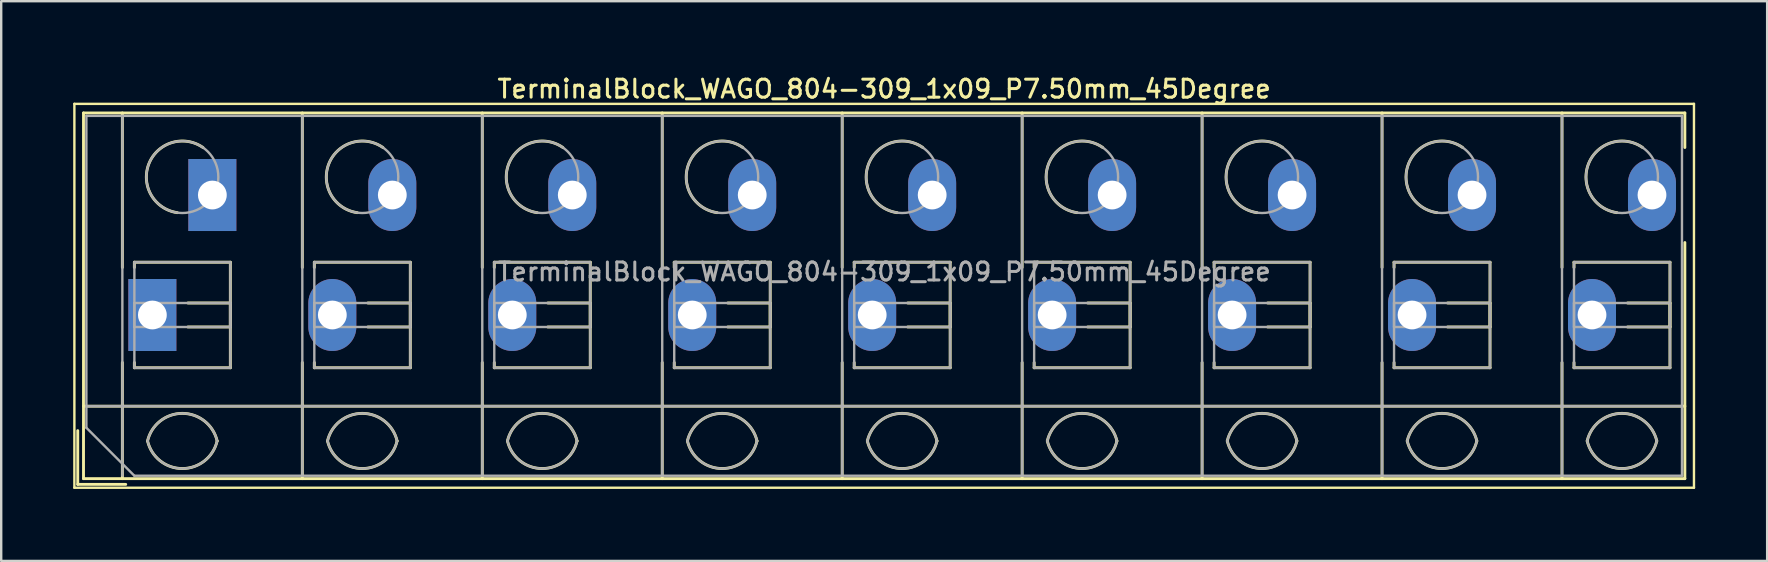
<source format=kicad_pcb>
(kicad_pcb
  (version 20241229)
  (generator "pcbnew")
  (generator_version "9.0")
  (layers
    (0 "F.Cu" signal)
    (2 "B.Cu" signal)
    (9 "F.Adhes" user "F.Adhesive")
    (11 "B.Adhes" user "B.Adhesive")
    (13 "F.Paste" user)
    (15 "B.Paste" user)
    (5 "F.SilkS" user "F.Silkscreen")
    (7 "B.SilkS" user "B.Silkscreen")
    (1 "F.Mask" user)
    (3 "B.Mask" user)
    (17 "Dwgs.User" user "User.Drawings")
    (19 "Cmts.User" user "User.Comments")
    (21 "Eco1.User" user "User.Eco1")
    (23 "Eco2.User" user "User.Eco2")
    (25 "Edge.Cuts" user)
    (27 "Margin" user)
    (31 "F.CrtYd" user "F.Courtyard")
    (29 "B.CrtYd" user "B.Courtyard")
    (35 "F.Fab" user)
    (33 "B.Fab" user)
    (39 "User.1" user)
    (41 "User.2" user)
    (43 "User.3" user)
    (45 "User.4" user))
  (footprint "TerminalBlock_WAGO_804-309_1x09_P7.50mm_45Degree"
    (layer "F.Cu")
    (at 3.3 10.078)
    (property "Reference" "TerminalBlock_WAGO_804-309_1x09_P7.50mm_45Degree" (at 30.5 -9.42 0) (layer "F.SilkS") (effects (font (size 0.75 0.75) (thickness 0.125))))
    (attr through_hole)
    (fp_line (start -3.25 -8.8) (end -3.25 7.2) (stroke (width 0.1) (type solid)) (layer "F.SilkS"))
    (fp_line (start -3.25 7.2) (end 64.25 7.2) (stroke (width 0.1) (type solid)) (layer "F.SilkS"))
    (fp_line (start -3.11 4.82) (end -3.11 7.06) (stroke (width 0.12) (type solid)) (layer "F.SilkS"))
    (fp_line (start -3.11 7.06) (end -1.11 7.06) (stroke (width 0.12) (type solid)) (layer "F.SilkS"))
    (fp_line (start -2.87 -8.42) (end -2.87 6.82) (stroke (width 0.12) (type solid)) (layer "F.SilkS"))
    (fp_line (start -2.87 -8.42) (end 63.87 -8.42) (stroke (width 0.12) (type solid)) (layer "F.SilkS"))
    (fp_line (start -2.87 3.8) (end 63.87 3.8) (stroke (width 0.12) (type solid)) (layer "F.SilkS"))
    (fp_line (start -2.87 6.82) (end 63.87 6.82) (stroke (width 0.12) (type solid)) (layer "F.SilkS"))
    (fp_line (start -1.25 -8.42) (end -1.25 -1.98) (stroke (width 0.12) (type solid)) (layer "F.SilkS"))
    (fp_line (start -1.25 1.98) (end -1.25 6.82) (stroke (width 0.12) (type solid)) (layer "F.SilkS"))
    (fp_line (start -0.75 -2.2) (end -0.75 -1.98) (stroke (width 0.12) (type solid)) (layer "F.SilkS"))
    (fp_line (start -0.75 -2.2) (end 3.25 -2.2) (stroke (width 0.12) (type solid)) (layer "F.SilkS"))
    (fp_line (start -0.75 1.98) (end -0.75 2.2) (stroke (width 0.12) (type solid)) (layer "F.SilkS"))
    (fp_line (start -0.75 2.2) (end 3.25 2.2) (stroke (width 0.12) (type solid)) (layer "F.SilkS"))
    (fp_line (start 1.48 -0.5) (end 3.25 -0.5) (stroke (width 0.12) (type solid)) (layer "F.SilkS"))
    (fp_line (start 1.48 0.5) (end 3.25 0.5) (stroke (width 0.12) (type solid)) (layer "F.SilkS"))
    (fp_line (start 3.25 -2.2) (end 3.25 2.2) (stroke (width 0.12) (type solid)) (layer "F.SilkS"))
    (fp_line (start 3.25 -0.5) (end 3.25 0.5) (stroke (width 0.12) (type solid)) (layer "F.SilkS"))
    (fp_line (start 6.25 -8.42) (end 6.25 -1.98) (stroke (width 0.12) (type solid)) (layer "F.SilkS"))
    (fp_line (start 6.25 1.98) (end 6.25 6.82) (stroke (width 0.12) (type solid)) (layer "F.SilkS"))
    (fp_line (start 6.75 -2.2) (end 6.75 -1.98) (stroke (width 0.12) (type solid)) (layer "F.SilkS"))
    (fp_line (start 6.75 -2.2) (end 10.75 -2.2) (stroke (width 0.12) (type solid)) (layer "F.SilkS"))
    (fp_line (start 6.75 1.98) (end 6.75 2.2) (stroke (width 0.12) (type solid)) (layer "F.SilkS"))
    (fp_line (start 6.75 2.2) (end 10.75 2.2) (stroke (width 0.12) (type solid)) (layer "F.SilkS"))
    (fp_line (start 8.98 -0.5) (end 10.75 -0.5) (stroke (width 0.12) (type solid)) (layer "F.SilkS"))
    (fp_line (start 8.98 0.5) (end 10.75 0.5) (stroke (width 0.12) (type solid)) (layer "F.SilkS"))
    (fp_line (start 10.75 -2.2) (end 10.75 2.2) (stroke (width 0.12) (type solid)) (layer "F.SilkS"))
    (fp_line (start 10.75 -0.5) (end 10.75 0.5) (stroke (width 0.12) (type solid)) (layer "F.SilkS"))
    (fp_line (start 13.75 -8.42) (end 13.75 -1.98) (stroke (width 0.12) (type solid)) (layer "F.SilkS"))
    (fp_line (start 13.75 1.98) (end 13.75 6.82) (stroke (width 0.12) (type solid)) (layer "F.SilkS"))
    (fp_line (start 14.25 -2.2) (end 14.25 -1.98) (stroke (width 0.12) (type solid)) (layer "F.SilkS"))
    (fp_line (start 14.25 -2.2) (end 18.25 -2.2) (stroke (width 0.12) (type solid)) (layer "F.SilkS"))
    (fp_line (start 14.25 1.98) (end 14.25 2.2) (stroke (width 0.12) (type solid)) (layer "F.SilkS"))
    (fp_line (start 14.25 2.2) (end 18.25 2.2) (stroke (width 0.12) (type solid)) (layer "F.SilkS"))
    (fp_line (start 16.48 -0.5) (end 18.25 -0.5) (stroke (width 0.12) (type solid)) (layer "F.SilkS"))
    (fp_line (start 16.48 0.5) (end 18.25 0.5) (stroke (width 0.12) (type solid)) (layer "F.SilkS"))
    (fp_line (start 18.25 -2.2) (end 18.25 2.2) (stroke (width 0.12) (type solid)) (layer "F.SilkS"))
    (fp_line (start 18.25 -0.5) (end 18.25 0.5) (stroke (width 0.12) (type solid)) (layer "F.SilkS"))
    (fp_line (start 21.25 -8.42) (end 21.25 -1.98) (stroke (width 0.12) (type solid)) (layer "F.SilkS"))
    (fp_line (start 21.25 1.98) (end 21.25 6.82) (stroke (width 0.12) (type solid)) (layer "F.SilkS"))
    (fp_line (start 21.75 -2.2) (end 21.75 -1.98) (stroke (width 0.12) (type solid)) (layer "F.SilkS"))
    (fp_line (start 21.75 -2.2) (end 25.75 -2.2) (stroke (width 0.12) (type solid)) (layer "F.SilkS"))
    (fp_line (start 21.75 1.98) (end 21.75 2.2) (stroke (width 0.12) (type solid)) (layer "F.SilkS"))
    (fp_line (start 21.75 2.2) (end 25.75 2.2) (stroke (width 0.12) (type solid)) (layer "F.SilkS"))
    (fp_line (start 23.98 -0.5) (end 25.75 -0.5) (stroke (width 0.12) (type solid)) (layer "F.SilkS"))
    (fp_line (start 23.98 0.5) (end 25.75 0.5) (stroke (width 0.12) (type solid)) (layer "F.SilkS"))
    (fp_line (start 25.75 -2.2) (end 25.75 2.2) (stroke (width 0.12) (type solid)) (layer "F.SilkS"))
    (fp_line (start 25.75 -0.5) (end 25.75 0.5) (stroke (width 0.12) (type solid)) (layer "F.SilkS"))
    (fp_line (start 28.75 -8.42) (end 28.75 -1.98) (stroke (width 0.12) (type solid)) (layer "F.SilkS"))
    (fp_line (start 28.75 1.98) (end 28.75 6.82) (stroke (width 0.12) (type solid)) (layer "F.SilkS"))
    (fp_line (start 29.25 -2.2) (end 29.25 -1.98) (stroke (width 0.12) (type solid)) (layer "F.SilkS"))
    (fp_line (start 29.25 -2.2) (end 33.25 -2.2) (stroke (width 0.12) (type solid)) (layer "F.SilkS"))
    (fp_line (start 29.25 1.98) (end 29.25 2.2) (stroke (width 0.12) (type solid)) (layer "F.SilkS"))
    (fp_line (start 29.25 2.2) (end 33.25 2.2) (stroke (width 0.12) (type solid)) (layer "F.SilkS"))
    (fp_line (start 31.48 -0.5) (end 33.25 -0.5) (stroke (width 0.12) (type solid)) (layer "F.SilkS"))
    (fp_line (start 31.48 0.5) (end 33.25 0.5) (stroke (width 0.12) (type solid)) (layer "F.SilkS"))
    (fp_line (start 33.25 -2.2) (end 33.25 2.2) (stroke (width 0.12) (type solid)) (layer "F.SilkS"))
    (fp_line (start 33.25 -0.5) (end 33.25 0.5) (stroke (width 0.12) (type solid)) (layer "F.SilkS"))
    (fp_line (start 36.25 -8.42) (end 36.25 -1.98) (stroke (width 0.12) (type solid)) (layer "F.SilkS"))
    (fp_line (start 36.25 1.98) (end 36.25 6.82) (stroke (width 0.12) (type solid)) (layer "F.SilkS"))
    (fp_line (start 36.75 -2.2) (end 36.75 -1.98) (stroke (width 0.12) (type solid)) (layer "F.SilkS"))
    (fp_line (start 36.75 -2.2) (end 40.75 -2.2) (stroke (width 0.12) (type solid)) (layer "F.SilkS"))
    (fp_line (start 36.75 1.98) (end 36.75 2.2) (stroke (width 0.12) (type solid)) (layer "F.SilkS"))
    (fp_line (start 36.75 2.2) (end 40.75 2.2) (stroke (width 0.12) (type solid)) (layer "F.SilkS"))
    (fp_line (start 38.98 -0.5) (end 40.75 -0.5) (stroke (width 0.12) (type solid)) (layer "F.SilkS"))
    (fp_line (start 38.98 0.5) (end 40.75 0.5) (stroke (width 0.12) (type solid)) (layer "F.SilkS"))
    (fp_line (start 40.75 -2.2) (end 40.75 2.2) (stroke (width 0.12) (type solid)) (layer "F.SilkS"))
    (fp_line (start 40.75 -0.5) (end 40.75 0.5) (stroke (width 0.12) (type solid)) (layer "F.SilkS"))
    (fp_line (start 43.75 -8.42) (end 43.75 -1.98) (stroke (width 0.12) (type solid)) (layer "F.SilkS"))
    (fp_line (start 43.75 1.98) (end 43.75 6.82) (stroke (width 0.12) (type solid)) (layer "F.SilkS"))
    (fp_line (start 44.25 -2.2) (end 44.25 -1.98) (stroke (width 0.12) (type solid)) (layer "F.SilkS"))
    (fp_line (start 44.25 -2.2) (end 48.25 -2.2) (stroke (width 0.12) (type solid)) (layer "F.SilkS"))
    (fp_line (start 44.25 1.98) (end 44.25 2.2) (stroke (width 0.12) (type solid)) (layer "F.SilkS"))
    (fp_line (start 44.25 2.2) (end 48.25 2.2) (stroke (width 0.12) (type solid)) (layer "F.SilkS"))
    (fp_line (start 46.48 -0.5) (end 48.25 -0.5) (stroke (width 0.12) (type solid)) (layer "F.SilkS"))
    (fp_line (start 46.48 0.5) (end 48.25 0.5) (stroke (width 0.12) (type solid)) (layer "F.SilkS"))
    (fp_line (start 48.25 -2.2) (end 48.25 2.2) (stroke (width 0.12) (type solid)) (layer "F.SilkS"))
    (fp_line (start 48.25 -0.5) (end 48.25 0.5) (stroke (width 0.12) (type solid)) (layer "F.SilkS"))
    (fp_line (start 51.25 -8.42) (end 51.25 -1.98) (stroke (width 0.12) (type solid)) (layer "F.SilkS"))
    (fp_line (start 51.25 1.98) (end 51.25 6.82) (stroke (width 0.12) (type solid)) (layer "F.SilkS"))
    (fp_line (start 51.75 -2.2) (end 51.75 -1.98) (stroke (width 0.12) (type solid)) (layer "F.SilkS"))
    (fp_line (start 51.75 -2.2) (end 55.75 -2.2) (stroke (width 0.12) (type solid)) (layer "F.SilkS"))
    (fp_line (start 51.75 1.98) (end 51.75 2.2) (stroke (width 0.12) (type solid)) (layer "F.SilkS"))
    (fp_line (start 51.75 2.2) (end 55.75 2.2) (stroke (width 0.12) (type solid)) (layer "F.SilkS"))
    (fp_line (start 53.98 -0.5) (end 55.75 -0.5) (stroke (width 0.12) (type solid)) (layer "F.SilkS"))
    (fp_line (start 53.98 0.5) (end 55.75 0.5) (stroke (width 0.12) (type solid)) (layer "F.SilkS"))
    (fp_line (start 55.75 -2.2) (end 55.75 2.2) (stroke (width 0.12) (type solid)) (layer "F.SilkS"))
    (fp_line (start 55.75 -0.5) (end 55.75 0.5) (stroke (width 0.12) (type solid)) (layer "F.SilkS"))
    (fp_line (start 58.75 -8.42) (end 58.75 -1.98) (stroke (width 0.12) (type solid)) (layer "F.SilkS"))
    (fp_line (start 58.75 1.98) (end 58.75 6.82) (stroke (width 0.12) (type solid)) (layer "F.SilkS"))
    (fp_line (start 59.25 -2.2) (end 59.25 -1.98) (stroke (width 0.12) (type solid)) (layer "F.SilkS"))
    (fp_line (start 59.25 -2.2) (end 63.25 -2.2) (stroke (width 0.12) (type solid)) (layer "F.SilkS"))
    (fp_line (start 59.25 1.98) (end 59.25 2.2) (stroke (width 0.12) (type solid)) (layer "F.SilkS"))
    (fp_line (start 59.25 2.2) (end 63.25 2.2) (stroke (width 0.12) (type solid)) (layer "F.SilkS"))
    (fp_line (start 61.48 -0.5) (end 63.25 -0.5) (stroke (width 0.12) (type solid)) (layer "F.SilkS"))
    (fp_line (start 61.48 0.5) (end 63.25 0.5) (stroke (width 0.12) (type solid)) (layer "F.SilkS"))
    (fp_line (start 63.25 -2.2) (end 63.25 2.2) (stroke (width 0.12) (type solid)) (layer "F.SilkS"))
    (fp_line (start 63.25 -0.5) (end 63.25 0.5) (stroke (width 0.12) (type solid)) (layer "F.SilkS"))
    (fp_line (start 63.87 -8.42) (end 63.87 -6.98) (stroke (width 0.12) (type solid)) (layer "F.SilkS"))
    (fp_line (start 63.87 -3.02) (end 63.87 6.82) (stroke (width 0.12) (type solid)) (layer "F.SilkS"))
    (fp_line (start 64.25 -8.8) (end -3.25 -8.8) (stroke (width 0.1) (type solid)) (layer "F.SilkS"))
    (fp_line (start 64.25 7.2) (end 64.25 -8.8) (stroke (width 0.1) (type solid)) (layer "F.SilkS"))
    (fp_arc (start -0.200865 5.250424) (mid 1.250296 4.099926) (end 2.701 5.251) (stroke (width 0.12) (type solid)) (layer "F.SilkS"))
    (fp_arc (start 1.040798 -4.264067) (mid -0.146039 -6.300306) (end 2.111 -6.979) (stroke (width 0.12) (type solid)) (layer "F.SilkS"))
    (fp_arc (start 2.7 5.25) (mid 1.250068 6.400101) (end -0.199969 5.250133) (stroke (width 0.12) (type solid)) (layer "F.SilkS"))
    (fp_arc (start 7.299135 5.250424) (mid 8.750296 4.099926) (end 10.201 5.251) (stroke (width 0.12) (type solid)) (layer "F.SilkS"))
    (fp_arc (start 8.540798 -4.264067) (mid 7.353961 -6.300306) (end 9.611 -6.979) (stroke (width 0.12) (type solid)) (layer "F.SilkS"))
    (fp_arc (start 10.2 5.25) (mid 8.750068 6.400101) (end 7.300031 5.250133) (stroke (width 0.12) (type solid)) (layer "F.SilkS"))
    (fp_arc (start 14.799135 5.250424) (mid 16.250296 4.099926) (end 17.701 5.251) (stroke (width 0.12) (type solid)) (layer "F.SilkS"))
    (fp_arc (start 16.040798 -4.264067) (mid 14.853961 -6.300306) (end 17.111 -6.979) (stroke (width 0.12) (type solid)) (layer "F.SilkS"))
    (fp_arc (start 17.7 5.25) (mid 16.250068 6.400101) (end 14.800031 5.250133) (stroke (width 0.12) (type solid)) (layer "F.SilkS"))
    (fp_arc (start 22.299135 5.250424) (mid 23.750296 4.099926) (end 25.201 5.251) (stroke (width 0.12) (type solid)) (layer "F.SilkS"))
    (fp_arc (start 23.540798 -4.264067) (mid 22.353961 -6.300306) (end 24.611 -6.979) (stroke (width 0.12) (type solid)) (layer "F.SilkS"))
    (fp_arc (start 25.2 5.25) (mid 23.750068 6.400101) (end 22.300031 5.250133) (stroke (width 0.12) (type solid)) (layer "F.SilkS"))
    (fp_arc (start 29.799135 5.250424) (mid 31.250296 4.099926) (end 32.701 5.251) (stroke (width 0.12) (type solid)) (layer "F.SilkS"))
    (fp_arc (start 31.040798 -4.264067) (mid 29.853961 -6.300306) (end 32.111 -6.979) (stroke (width 0.12) (type solid)) (layer "F.SilkS"))
    (fp_arc (start 32.701 5.25) (mid 31.250296 6.401074) (end 29.799135 5.250576) (stroke (width 0.12) (type solid)) (layer "F.SilkS"))
    (fp_arc (start 37.299135 5.250424) (mid 38.750296 4.099926) (end 40.201 5.251) (stroke (width 0.12) (type solid)) (layer "F.SilkS"))
    (fp_arc (start 38.540798 -4.264067) (mid 37.353961 -6.300306) (end 39.611 -6.979) (stroke (width 0.12) (type solid)) (layer "F.SilkS"))
    (fp_arc (start 40.2 5.25) (mid 38.750068 6.400101) (end 37.300031 5.250133) (stroke (width 0.12) (type solid)) (layer "F.SilkS"))
    (fp_arc (start 44.799135 5.250424) (mid 46.250296 4.099926) (end 47.701 5.251) (stroke (width 0.12) (type solid)) (layer "F.SilkS"))
    (fp_arc (start 46.040798 -4.264067) (mid 44.853961 -6.300306) (end 47.111 -6.979) (stroke (width 0.12) (type solid)) (layer "F.SilkS"))
    (fp_arc (start 47.7 5.25) (mid 46.250068 6.400101) (end 44.800031 5.250133) (stroke (width 0.12) (type solid)) (layer "F.SilkS"))
    (fp_arc (start 52.299135 5.250424) (mid 53.750296 4.099926) (end 55.201 5.251) (stroke (width 0.12) (type solid)) (layer "F.SilkS"))
    (fp_arc (start 53.540798 -4.264067) (mid 52.353961 -6.300306) (end 54.611 -6.979) (stroke (width 0.12) (type solid)) (layer "F.SilkS"))
    (fp_arc (start 55.2 5.25) (mid 53.750068 6.400101) (end 52.300031 5.250133) (stroke (width 0.12) (type solid)) (layer "F.SilkS"))
    (fp_arc (start 59.799135 5.250424) (mid 61.250296 4.099926) (end 62.701 5.251) (stroke (width 0.12) (type solid)) (layer "F.SilkS"))
    (fp_arc (start 61.040798 -4.264067) (mid 59.853961 -6.300306) (end 62.111 -6.979) (stroke (width 0.12) (type solid)) (layer "F.SilkS"))
    (fp_arc (start 62.7 5.25) (mid 61.250068 6.400101) (end 59.800031 5.250133) (stroke (width 0.12) (type solid)) (layer "F.SilkS"))
    (fp_line (start -2.75 -8.3) (end 63.75 -8.3) (stroke (width 0.1) (type solid)) (layer "F.Fab"))
    (fp_line (start -2.75 3.8) (end 63.75 3.8) (stroke (width 0.1) (type solid)) (layer "F.Fab"))
    (fp_line (start -2.75 4.7) (end -2.75 -8.3) (stroke (width 0.1) (type solid)) (layer "F.Fab"))
    (fp_line (start -1.25 -8.3) (end -1.25 6.7) (stroke (width 0.1) (type solid)) (layer "F.Fab"))
    (fp_line (start -0.75 -2.2) (end -0.75 2.2) (stroke (width 0.1) (type solid)) (layer "F.Fab"))
    (fp_line (start -0.75 -0.5) (end -0.75 0.5) (stroke (width 0.1) (type solid)) (layer "F.Fab"))
    (fp_line (start -0.75 0.5) (end 3.25 0.5) (stroke (width 0.1) (type solid)) (layer "F.Fab"))
    (fp_line (start -0.75 2.2) (end 3.25 2.2) (stroke (width 0.1) (type solid)) (layer "F.Fab"))
    (fp_line (start -0.75 6.7) (end -2.75 4.7) (stroke (width 0.1) (type solid)) (layer "F.Fab"))
    (fp_line (start 3.25 -2.2) (end -0.75 -2.2) (stroke (width 0.1) (type solid)) (layer "F.Fab"))
    (fp_line (start 3.25 -0.5) (end -0.75 -0.5) (stroke (width 0.1) (type solid)) (layer "F.Fab"))
    (fp_line (start 3.25 0.5) (end 3.25 -0.5) (stroke (width 0.1) (type solid)) (layer "F.Fab"))
    (fp_line (start 3.25 2.2) (end 3.25 -2.2) (stroke (width 0.1) (type solid)) (layer "F.Fab"))
    (fp_line (start 6.25 -8.3) (end 6.25 6.7) (stroke (width 0.1) (type solid)) (layer "F.Fab"))
    (fp_line (start 6.75 -2.2) (end 6.75 2.2) (stroke (width 0.1) (type solid)) (layer "F.Fab"))
    (fp_line (start 6.75 -0.5) (end 6.75 0.5) (stroke (width 0.1) (type solid)) (layer "F.Fab"))
    (fp_line (start 6.75 0.5) (end 10.75 0.5) (stroke (width 0.1) (type solid)) (layer "F.Fab"))
    (fp_line (start 6.75 2.2) (end 10.75 2.2) (stroke (width 0.1) (type solid)) (layer "F.Fab"))
    (fp_line (start 10.75 -2.2) (end 6.75 -2.2) (stroke (width 0.1) (type solid)) (layer "F.Fab"))
    (fp_line (start 10.75 -0.5) (end 6.75 -0.5) (stroke (width 0.1) (type solid)) (layer "F.Fab"))
    (fp_line (start 10.75 0.5) (end 10.75 -0.5) (stroke (width 0.1) (type solid)) (layer "F.Fab"))
    (fp_line (start 10.75 2.2) (end 10.75 -2.2) (stroke (width 0.1) (type solid)) (layer "F.Fab"))
    (fp_line (start 13.75 -8.3) (end 13.75 6.7) (stroke (width 0.1) (type solid)) (layer "F.Fab"))
    (fp_line (start 14.25 -2.2) (end 14.25 2.2) (stroke (width 0.1) (type solid)) (layer "F.Fab"))
    (fp_line (start 14.25 -0.5) (end 14.25 0.5) (stroke (width 0.1) (type solid)) (layer "F.Fab"))
    (fp_line (start 14.25 0.5) (end 18.25 0.5) (stroke (width 0.1) (type solid)) (layer "F.Fab"))
    (fp_line (start 14.25 2.2) (end 18.25 2.2) (stroke (width 0.1) (type solid)) (layer "F.Fab"))
    (fp_line (start 18.25 -2.2) (end 14.25 -2.2) (stroke (width 0.1) (type solid)) (layer "F.Fab"))
    (fp_line (start 18.25 -0.5) (end 14.25 -0.5) (stroke (width 0.1) (type solid)) (layer "F.Fab"))
    (fp_line (start 18.25 0.5) (end 18.25 -0.5) (stroke (width 0.1) (type solid)) (layer "F.Fab"))
    (fp_line (start 18.25 2.2) (end 18.25 -2.2) (stroke (width 0.1) (type solid)) (layer "F.Fab"))
    (fp_line (start 21.25 -8.3) (end 21.25 6.7) (stroke (width 0.1) (type solid)) (layer "F.Fab"))
    (fp_line (start 21.75 -2.2) (end 21.75 2.2) (stroke (width 0.1) (type solid)) (layer "F.Fab"))
    (fp_line (start 21.75 -0.5) (end 21.75 0.5) (stroke (width 0.1) (type solid)) (layer "F.Fab"))
    (fp_line (start 21.75 0.5) (end 25.75 0.5) (stroke (width 0.1) (type solid)) (layer "F.Fab"))
    (fp_line (start 21.75 2.2) (end 25.75 2.2) (stroke (width 0.1) (type solid)) (layer "F.Fab"))
    (fp_line (start 25.75 -2.2) (end 21.75 -2.2) (stroke (width 0.1) (type solid)) (layer "F.Fab"))
    (fp_line (start 25.75 -0.5) (end 21.75 -0.5) (stroke (width 0.1) (type solid)) (layer "F.Fab"))
    (fp_line (start 25.75 0.5) (end 25.75 -0.5) (stroke (width 0.1) (type solid)) (layer "F.Fab"))
    (fp_line (start 25.75 2.2) (end 25.75 -2.2) (stroke (width 0.1) (type solid)) (layer "F.Fab"))
    (fp_line (start 28.75 -8.3) (end 28.75 6.7) (stroke (width 0.1) (type solid)) (layer "F.Fab"))
    (fp_line (start 29.25 -2.2) (end 29.25 2.2) (stroke (width 0.1) (type solid)) (layer "F.Fab"))
    (fp_line (start 29.25 -0.5) (end 29.25 0.5) (stroke (width 0.1) (type solid)) (layer "F.Fab"))
    (fp_line (start 29.25 0.5) (end 33.25 0.5) (stroke (width 0.1) (type solid)) (layer "F.Fab"))
    (fp_line (start 29.25 2.2) (end 33.25 2.2) (stroke (width 0.1) (type solid)) (layer "F.Fab"))
    (fp_line (start 33.25 -2.2) (end 29.25 -2.2) (stroke (width 0.1) (type solid)) (layer "F.Fab"))
    (fp_line (start 33.25 -0.5) (end 29.25 -0.5) (stroke (width 0.1) (type solid)) (layer "F.Fab"))
    (fp_line (start 33.25 0.5) (end 33.25 -0.5) (stroke (width 0.1) (type solid)) (layer "F.Fab"))
    (fp_line (start 33.25 2.2) (end 33.25 -2.2) (stroke (width 0.1) (type solid)) (layer "F.Fab"))
    (fp_line (start 36.25 -8.3) (end 36.25 6.7) (stroke (width 0.1) (type solid)) (layer "F.Fab"))
    (fp_line (start 36.75 -2.2) (end 36.75 2.2) (stroke (width 0.1) (type solid)) (layer "F.Fab"))
    (fp_line (start 36.75 -0.5) (end 36.75 0.5) (stroke (width 0.1) (type solid)) (layer "F.Fab"))
    (fp_line (start 36.75 0.5) (end 40.75 0.5) (stroke (width 0.1) (type solid)) (layer "F.Fab"))
    (fp_line (start 36.75 2.2) (end 40.75 2.2) (stroke (width 0.1) (type solid)) (layer "F.Fab"))
    (fp_line (start 40.75 -2.2) (end 36.75 -2.2) (stroke (width 0.1) (type solid)) (layer "F.Fab"))
    (fp_line (start 40.75 -0.5) (end 36.75 -0.5) (stroke (width 0.1) (type solid)) (layer "F.Fab"))
    (fp_line (start 40.75 0.5) (end 40.75 -0.5) (stroke (width 0.1) (type solid)) (layer "F.Fab"))
    (fp_line (start 40.75 2.2) (end 40.75 -2.2) (stroke (width 0.1) (type solid)) (layer "F.Fab"))
    (fp_line (start 43.75 -8.3) (end 43.75 6.7) (stroke (width 0.1) (type solid)) (layer "F.Fab"))
    (fp_line (start 44.25 -2.2) (end 44.25 2.2) (stroke (width 0.1) (type solid)) (layer "F.Fab"))
    (fp_line (start 44.25 -0.5) (end 44.25 0.5) (stroke (width 0.1) (type solid)) (layer "F.Fab"))
    (fp_line (start 44.25 0.5) (end 48.25 0.5) (stroke (width 0.1) (type solid)) (layer "F.Fab"))
    (fp_line (start 44.25 2.2) (end 48.25 2.2) (stroke (width 0.1) (type solid)) (layer "F.Fab"))
    (fp_line (start 48.25 -2.2) (end 44.25 -2.2) (stroke (width 0.1) (type solid)) (layer "F.Fab"))
    (fp_line (start 48.25 -0.5) (end 44.25 -0.5) (stroke (width 0.1) (type solid)) (layer "F.Fab"))
    (fp_line (start 48.25 0.5) (end 48.25 -0.5) (stroke (width 0.1) (type solid)) (layer "F.Fab"))
    (fp_line (start 48.25 2.2) (end 48.25 -2.2) (stroke (width 0.1) (type solid)) (layer "F.Fab"))
    (fp_line (start 51.25 -8.3) (end 51.25 6.7) (stroke (width 0.1) (type solid)) (layer "F.Fab"))
    (fp_line (start 51.75 -2.2) (end 51.75 2.2) (stroke (width 0.1) (type solid)) (layer "F.Fab"))
    (fp_line (start 51.75 -0.5) (end 51.75 0.5) (stroke (width 0.1) (type solid)) (layer "F.Fab"))
    (fp_line (start 51.75 0.5) (end 55.75 0.5) (stroke (width 0.1) (type solid)) (layer "F.Fab"))
    (fp_line (start 51.75 2.2) (end 55.75 2.2) (stroke (width 0.1) (type solid)) (layer "F.Fab"))
    (fp_line (start 55.75 -2.2) (end 51.75 -2.2) (stroke (width 0.1) (type solid)) (layer "F.Fab"))
    (fp_line (start 55.75 -0.5) (end 51.75 -0.5) (stroke (width 0.1) (type solid)) (layer "F.Fab"))
    (fp_line (start 55.75 0.5) (end 55.75 -0.5) (stroke (width 0.1) (type solid)) (layer "F.Fab"))
    (fp_line (start 55.75 2.2) (end 55.75 -2.2) (stroke (width 0.1) (type solid)) (layer "F.Fab"))
    (fp_line (start 58.75 -8.3) (end 58.75 6.7) (stroke (width 0.1) (type solid)) (layer "F.Fab"))
    (fp_line (start 59.25 -2.2) (end 59.25 2.2) (stroke (width 0.1) (type solid)) (layer "F.Fab"))
    (fp_line (start 59.25 -0.5) (end 59.25 0.5) (stroke (width 0.1) (type solid)) (layer "F.Fab"))
    (fp_line (start 59.25 0.5) (end 63.25 0.5) (stroke (width 0.1) (type solid)) (layer "F.Fab"))
    (fp_line (start 59.25 2.2) (end 63.25 2.2) (stroke (width 0.1) (type solid)) (layer "F.Fab"))
    (fp_line (start 63.25 -2.2) (end 59.25 -2.2) (stroke (width 0.1) (type solid)) (layer "F.Fab"))
    (fp_line (start 63.25 -0.5) (end 59.25 -0.5) (stroke (width 0.1) (type solid)) (layer "F.Fab"))
    (fp_line (start 63.25 0.5) (end 63.25 -0.5) (stroke (width 0.1) (type solid)) (layer "F.Fab"))
    (fp_line (start 63.25 2.2) (end 63.25 -2.2) (stroke (width 0.1) (type solid)) (layer "F.Fab"))
    (fp_line (start 63.75 -8.3) (end 63.75 6.7) (stroke (width 0.1) (type solid)) (layer "F.Fab"))
    (fp_line (start 63.75 6.7) (end -0.75 6.7) (stroke (width 0.1) (type solid)) (layer "F.Fab"))
    (fp_arc (start -0.200865 5.250424) (mid 1.250296 4.099926) (end 2.701 5.251) (stroke (width 0.1) (type solid)) (layer "F.Fab"))
    (fp_arc (start 2.7 5.25) (mid 1.250068 6.400101) (end -0.199969 5.250133) (stroke (width 0.1) (type solid)) (layer "F.Fab"))
    (fp_arc (start 7.299135 5.250424) (mid 8.750296 4.099926) (end 10.201 5.251) (stroke (width 0.1) (type solid)) (layer "F.Fab"))
    (fp_arc (start 10.2 5.25) (mid 8.750068 6.400101) (end 7.300031 5.250133) (stroke (width 0.1) (type solid)) (layer "F.Fab"))
    (fp_arc (start 14.799135 5.250424) (mid 16.250296 4.099926) (end 17.701 5.251) (stroke (width 0.1) (type solid)) (layer "F.Fab"))
    (fp_arc (start 17.7 5.25) (mid 16.250068 6.400101) (end 14.800031 5.250133) (stroke (width 0.1) (type solid)) (layer "F.Fab"))
    (fp_arc (start 22.299135 5.250424) (mid 23.750296 4.099926) (end 25.201 5.251) (stroke (width 0.1) (type solid)) (layer "F.Fab"))
    (fp_arc (start 25.2 5.25) (mid 23.750068 6.400101) (end 22.300031 5.250133) (stroke (width 0.1) (type solid)) (layer "F.Fab"))
    (fp_arc (start 29.799135 5.250424) (mid 31.250296 4.099926) (end 32.701 5.251) (stroke (width 0.1) (type solid)) (layer "F.Fab"))
    (fp_arc (start 32.701 5.25) (mid 31.250296 6.401074) (end 29.799135 5.250576) (stroke (width 0.1) (type solid)) (layer "F.Fab"))
    (fp_arc (start 37.299135 5.250424) (mid 38.750296 4.099926) (end 40.201 5.251) (stroke (width 0.1) (type solid)) (layer "F.Fab"))
    (fp_arc (start 40.2 5.25) (mid 38.750068 6.400101) (end 37.300031 5.250133) (stroke (width 0.1) (type solid)) (layer "F.Fab"))
    (fp_arc (start 44.799135 5.250424) (mid 46.250296 4.099926) (end 47.701 5.251) (stroke (width 0.1) (type solid)) (layer "F.Fab"))
    (fp_arc (start 47.7 5.25) (mid 46.250068 6.400101) (end 44.800031 5.250133) (stroke (width 0.1) (type solid)) (layer "F.Fab"))
    (fp_arc (start 52.299135 5.250424) (mid 53.750296 4.099926) (end 55.201 5.251) (stroke (width 0.1) (type solid)) (layer "F.Fab"))
    (fp_arc (start 55.2 5.25) (mid 53.750068 6.400101) (end 52.300031 5.250133) (stroke (width 0.1) (type solid)) (layer "F.Fab"))
    (fp_arc (start 59.799135 5.250424) (mid 61.250296 4.099926) (end 62.701 5.251) (stroke (width 0.1) (type solid)) (layer "F.Fab"))
    (fp_arc (start 62.7 5.25) (mid 61.250068 6.400101) (end 59.800031 5.250133) (stroke (width 0.1) (type solid)) (layer "F.Fab"))
    (fp_circle (center 1.25 -5.75) (end 2.75 -5.75) (stroke (width 0.1) (type solid)) (fill no) (layer "F.Fab"))
    (fp_circle (center 8.75 -5.75) (end 10.25 -5.75) (stroke (width 0.1) (type solid)) (fill no) (layer "F.Fab"))
    (fp_circle (center 16.25 -5.75) (end 17.75 -5.75) (stroke (width 0.1) (type solid)) (fill no) (layer "F.Fab"))
    (fp_circle (center 23.75 -5.75) (end 25.25 -5.75) (stroke (width 0.1) (type solid)) (fill no) (layer "F.Fab"))
    (fp_circle (center 31.25 -5.75) (end 32.75 -5.75) (stroke (width 0.1) (type solid)) (fill no) (layer "F.Fab"))
    (fp_circle (center 38.75 -5.75) (end 40.25 -5.75) (stroke (width 0.1) (type solid)) (fill no) (layer "F.Fab"))
    (fp_circle (center 46.25 -5.75) (end 47.75 -5.75) (stroke (width 0.1) (type solid)) (fill no) (layer "F.Fab"))
    (fp_circle (center 53.75 -5.75) (end 55.25 -5.75) (stroke (width 0.1) (type solid)) (fill no) (layer "F.Fab"))
    (fp_circle (center 61.25 -5.75) (end 62.75 -5.75) (stroke (width 0.1) (type solid)) (fill no) (layer "F.Fab"))
    (fp_text user "${REFERENCE}" (at 30.5 -1.8 0) (layer "F.Fab") (effects (font (size 0.75 0.75) (thickness 0.125))))
    (pad "1" thru_hole rect (at 0 0) (size 2 3) (drill 1.2) (layers "*.Cu" "*.Mask"))
    (pad "1" thru_hole rect (at 2.5 -5) (size 2 3) (drill 1.2) (layers "*.Cu" "*.Mask"))
    (pad "2" thru_hole oval (at 7.5 0) (size 2 3) (drill 1.2) (layers "*.Cu" "*.Mask"))
    (pad "2" thru_hole oval (at 10 -5) (size 2 3) (drill 1.2) (layers "*.Cu" "*.Mask"))
    (pad "3" thru_hole oval (at 15 0) (size 2 3) (drill 1.2) (layers "*.Cu" "*.Mask"))
    (pad "3" thru_hole oval (at 17.5 -5) (size 2 3) (drill 1.2) (layers "*.Cu" "*.Mask"))
    (pad "4" thru_hole oval (at 22.5 0) (size 2 3) (drill 1.2) (layers "*.Cu" "*.Mask"))
    (pad "4" thru_hole oval (at 25 -5) (size 2 3) (drill 1.2) (layers "*.Cu" "*.Mask"))
    (pad "5" thru_hole oval (at 30 0) (size 2 3) (drill 1.2) (layers "*.Cu" "*.Mask"))
    (pad "5" thru_hole oval (at 32.5 -5) (size 2 3) (drill 1.2) (layers "*.Cu" "*.Mask"))
    (pad "6" thru_hole oval (at 37.5 0) (size 2 3) (drill 1.2) (layers "*.Cu" "*.Mask"))
    (pad "6" thru_hole oval (at 40 -5) (size 2 3) (drill 1.2) (layers "*.Cu" "*.Mask"))
    (pad "7" thru_hole oval (at 45 0) (size 2 3) (drill 1.2) (layers "*.Cu" "*.Mask"))
    (pad "7" thru_hole oval (at 47.5 -5) (size 2 3) (drill 1.2) (layers "*.Cu" "*.Mask"))
    (pad "8" thru_hole oval (at 52.5 0) (size 2 3) (drill 1.2) (layers "*.Cu" "*.Mask"))
    (pad "8" thru_hole oval (at 55 -5) (size 2 3) (drill 1.2) (layers "*.Cu" "*.Mask"))
    (pad "9" thru_hole oval (at 60 0) (size 2 3) (drill 1.2) (layers "*.Cu" "*.Mask"))
    (pad "9" thru_hole oval (at 62.5 -5) (size 2 3) (drill 1.2) (layers "*.Cu" "*.Mask")))
  (gr_rect
    (start -3 -3)
    (end 70.6 20.328)
    (stroke (width 0.1) (type default))
    (fill no)
    (layer "Edge.Cuts")))
</source>
